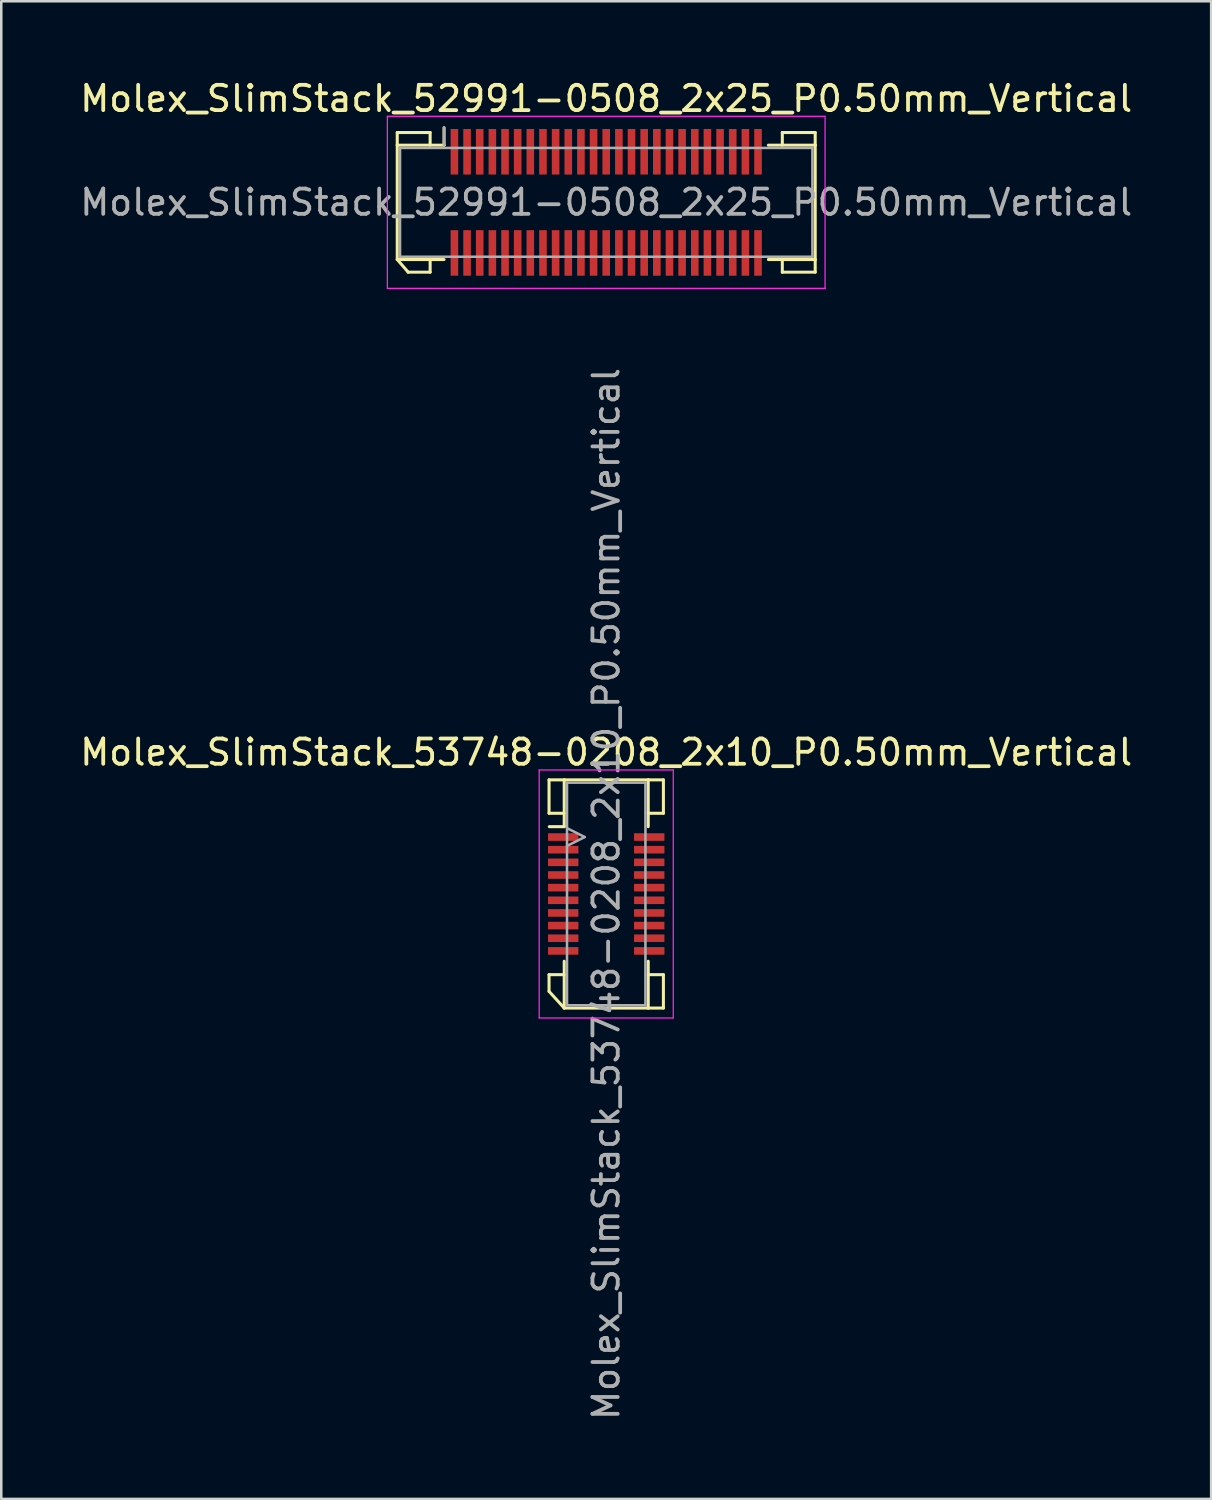
<source format=kicad_pcb>
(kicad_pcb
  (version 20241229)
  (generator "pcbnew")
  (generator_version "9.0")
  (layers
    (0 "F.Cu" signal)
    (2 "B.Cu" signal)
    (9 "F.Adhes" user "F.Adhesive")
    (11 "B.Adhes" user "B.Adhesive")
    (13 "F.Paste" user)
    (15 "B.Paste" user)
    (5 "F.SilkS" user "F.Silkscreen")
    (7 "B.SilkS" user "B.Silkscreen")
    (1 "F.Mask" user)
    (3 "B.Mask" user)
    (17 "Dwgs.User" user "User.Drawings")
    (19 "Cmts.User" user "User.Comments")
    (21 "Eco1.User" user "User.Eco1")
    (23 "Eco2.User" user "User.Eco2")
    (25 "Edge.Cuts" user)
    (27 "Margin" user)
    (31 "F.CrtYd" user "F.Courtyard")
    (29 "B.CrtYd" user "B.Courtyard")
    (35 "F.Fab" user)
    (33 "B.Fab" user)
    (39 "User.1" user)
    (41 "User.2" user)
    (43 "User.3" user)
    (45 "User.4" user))
  (footprint "Molex_SlimStack_53748-0208_2x10_P0.50mm_Vertical"
    (layer "F.Cu")
    (at 20.911 32.284)
    (property "Reference" "Molex_SlimStack_53748-0208_2x10_P0.50mm_Vertical" (at 0 -5.6 0) (layer "F.SilkS") (effects (font (size 1 1) (thickness 0.15))))
    (attr smd)
    (fp_line (start -2.26 -4.51) (end -2.26 -3.19) (stroke (width 0.12) (type solid)) (layer "F.SilkS"))
    (fp_line (start -2.26 -3.19) (end -1.66 -3.19) (stroke (width 0.12) (type solid)) (layer "F.SilkS"))
    (fp_line (start -2.26 3.19) (end -1.66 3.19) (stroke (width 0.12) (type solid)) (layer "F.SilkS"))
    (fp_line (start -2.26 3.85) (end -2.26 3.19) (stroke (width 0.12) (type solid)) (layer "F.SilkS"))
    (fp_line (start -1.66 -4.51) (end -2.26 -4.51) (stroke (width 0.12) (type solid)) (layer "F.SilkS"))
    (fp_line (start -1.66 -4.51) (end -1.66 -2.66) (stroke (width 0.12) (type solid)) (layer "F.SilkS"))
    (fp_line (start -1.66 -2.66) (end -2.25 -2.66) (stroke (width 0.12) (type solid)) (layer "F.SilkS"))
    (fp_line (start -1.66 4.51) (end -2.26 3.85) (stroke (width 0.12) (type solid)) (layer "F.SilkS"))
    (fp_line (start -1.66 4.51) (end -1.66 2.66) (stroke (width 0.12) (type solid)) (layer "F.SilkS"))
    (fp_line (start 1.66 -4.51) (end -1.66 -4.51) (stroke (width 0.12) (type solid)) (layer "F.SilkS"))
    (fp_line (start 1.66 -4.51) (end 2.26 -4.51) (stroke (width 0.12) (type solid)) (layer "F.SilkS"))
    (fp_line (start 1.66 -2.66) (end 1.66 -4.51) (stroke (width 0.12) (type solid)) (layer "F.SilkS"))
    (fp_line (start 1.66 2.66) (end 1.66 4.51) (stroke (width 0.12) (type solid)) (layer "F.SilkS"))
    (fp_line (start 1.66 4.51) (end -1.66 4.51) (stroke (width 0.12) (type solid)) (layer "F.SilkS"))
    (fp_line (start 1.66 4.51) (end 2.26 4.51) (stroke (width 0.12) (type solid)) (layer "F.SilkS"))
    (fp_line (start 2.26 -4.51) (end 2.26 -3.19) (stroke (width 0.12) (type solid)) (layer "F.SilkS"))
    (fp_line (start 2.26 -3.19) (end 1.66 -3.19) (stroke (width 0.12) (type solid)) (layer "F.SilkS"))
    (fp_line (start 2.26 3.19) (end 1.66 3.19) (stroke (width 0.12) (type solid)) (layer "F.SilkS"))
    (fp_line (start 2.26 4.51) (end 2.26 3.19) (stroke (width 0.12) (type solid)) (layer "F.SilkS"))
    (fp_line (start -2.65 -4.9) (end -2.65 4.9) (stroke (width 0.05) (type solid)) (layer "F.CrtYd"))
    (fp_line (start -2.65 4.9) (end 2.65 4.9) (stroke (width 0.05) (type solid)) (layer "F.CrtYd"))
    (fp_line (start 2.65 -4.9) (end -2.65 -4.9) (stroke (width 0.05) (type solid)) (layer "F.CrtYd"))
    (fp_line (start 2.65 4.9) (end 2.65 -4.9) (stroke (width 0.05) (type solid)) (layer "F.CrtYd"))
    (fp_line (start -1.55 -4.4) (end -1.55 4.4) (stroke (width 0.1) (type solid)) (layer "F.Fab"))
    (fp_line (start -1.55 4.4) (end 1.55 4.4) (stroke (width 0.1) (type solid)) (layer "F.Fab"))
    (fp_line (start -0.85 -2.25) (end -1.55 -2.6) (stroke (width 0.1) (type solid)) (layer "F.Fab"))
    (fp_line (start -0.85 -2.25) (end -1.55 -1.9) (stroke (width 0.1) (type solid)) (layer "F.Fab"))
    (fp_line (start 1.55 -4.4) (end -1.55 -4.4) (stroke (width 0.1) (type solid)) (layer "F.Fab"))
    (fp_line (start 1.55 4.4) (end 1.55 -4.4) (stroke (width 0.1) (type solid)) (layer "F.Fab"))
    (fp_text user "${REFERENCE}" (at 0 0 90) (layer "F.Fab") (effects (font (size 1 1) (thickness 0.15))))
    (pad "1" smd rect (at -1.7 -2.25) (size 1.2 0.3) (layers "F.Cu" "F.Mask" "F.Paste"))
    (pad "2" smd rect (at 1.7 -2.25) (size 1.2 0.3) (layers "F.Cu" "F.Mask" "F.Paste"))
    (pad "3" smd rect (at -1.7 -1.75) (size 1.2 0.3) (layers "F.Cu" "F.Mask" "F.Paste"))
    (pad "4" smd rect (at 1.7 -1.75) (size 1.2 0.3) (layers "F.Cu" "F.Mask" "F.Paste"))
    (pad "5" smd rect (at -1.7 -1.25) (size 1.2 0.3) (layers "F.Cu" "F.Mask" "F.Paste"))
    (pad "6" smd rect (at 1.7 -1.25) (size 1.2 0.3) (layers "F.Cu" "F.Mask" "F.Paste"))
    (pad "7" smd rect (at -1.7 -0.75) (size 1.2 0.3) (layers "F.Cu" "F.Mask" "F.Paste"))
    (pad "8" smd rect (at 1.7 -0.75) (size 1.2 0.3) (layers "F.Cu" "F.Mask" "F.Paste"))
    (pad "9" smd rect (at -1.7 -0.25) (size 1.2 0.3) (layers "F.Cu" "F.Mask" "F.Paste"))
    (pad "10" smd rect (at 1.7 -0.25) (size 1.2 0.3) (layers "F.Cu" "F.Mask" "F.Paste"))
    (pad "11" smd rect (at -1.7 0.25) (size 1.2 0.3) (layers "F.Cu" "F.Mask" "F.Paste"))
    (pad "12" smd rect (at 1.7 0.25) (size 1.2 0.3) (layers "F.Cu" "F.Mask" "F.Paste"))
    (pad "13" smd rect (at -1.7 0.75) (size 1.2 0.3) (layers "F.Cu" "F.Mask" "F.Paste"))
    (pad "14" smd rect (at 1.7 0.75) (size 1.2 0.3) (layers "F.Cu" "F.Mask" "F.Paste"))
    (pad "15" smd rect (at -1.7 1.25) (size 1.2 0.3) (layers "F.Cu" "F.Mask" "F.Paste"))
    (pad "16" smd rect (at 1.7 1.25) (size 1.2 0.3) (layers "F.Cu" "F.Mask" "F.Paste"))
    (pad "17" smd rect (at -1.7 1.75) (size 1.2 0.3) (layers "F.Cu" "F.Mask" "F.Paste"))
    (pad "18" smd rect (at 1.7 1.75) (size 1.2 0.3) (layers "F.Cu" "F.Mask" "F.Paste"))
    (pad "19" smd rect (at -1.7 2.25) (size 1.2 0.3) (layers "F.Cu" "F.Mask" "F.Paste"))
    (pad "20" smd rect (at 1.7 2.25) (size 1.2 0.3) (layers "F.Cu" "F.Mask" "F.Paste")))
  (footprint "Molex_SlimStack_52991-0508_2x25_P0.50mm_Vertical"
    (layer "F.Cu")
    (at 20.911 4.948)
    (property "Reference" "Molex_SlimStack_52991-0508_2x25_P0.50mm_Vertical" (at 0 -4.1 0) (layer "F.SilkS") (effects (font (size 1 1) (thickness 0.15))))
    (attr smd)
    (fp_line (start -8.26 -2.76) (end -6.96 -2.76) (stroke (width 0.12) (type solid)) (layer "F.SilkS"))
    (fp_line (start -8.26 -2.26) (end -8.26 -2.76) (stroke (width 0.12) (type solid)) (layer "F.SilkS"))
    (fp_line (start -8.26 -2.26) (end -6.41 -2.26) (stroke (width 0.12) (type solid)) (layer "F.SilkS"))
    (fp_line (start -8.26 2.26) (end -8.26 -2.26) (stroke (width 0.12) (type solid)) (layer "F.SilkS"))
    (fp_line (start -8.26 2.26) (end -7.827 2.76) (stroke (width 0.12) (type solid)) (layer "F.SilkS"))
    (fp_line (start -7.827 2.76) (end -6.96 2.76) (stroke (width 0.12) (type solid)) (layer "F.SilkS"))
    (fp_line (start -6.96 -2.76) (end -6.96 -2.26) (stroke (width 0.12) (type solid)) (layer "F.SilkS"))
    (fp_line (start -6.96 2.76) (end -6.96 2.26) (stroke (width 0.12) (type solid)) (layer "F.SilkS"))
    (fp_line (start -6.41 -2.26) (end -6.41 -2.95) (stroke (width 0.12) (type solid)) (layer "F.SilkS"))
    (fp_line (start -6.41 2.26) (end -8.26 2.26) (stroke (width 0.12) (type solid)) (layer "F.SilkS"))
    (fp_line (start 6.41 2.26) (end 8.26 2.26) (stroke (width 0.12) (type solid)) (layer "F.SilkS"))
    (fp_line (start 6.96 -2.76) (end 6.96 -2.26) (stroke (width 0.12) (type solid)) (layer "F.SilkS"))
    (fp_line (start 6.96 2.76) (end 6.96 2.26) (stroke (width 0.12) (type solid)) (layer "F.SilkS"))
    (fp_line (start 8.26 -2.76) (end 6.96 -2.76) (stroke (width 0.12) (type solid)) (layer "F.SilkS"))
    (fp_line (start 8.26 -2.26) (end 6.41 -2.26) (stroke (width 0.12) (type solid)) (layer "F.SilkS"))
    (fp_line (start 8.26 -2.26) (end 8.26 -2.76) (stroke (width 0.12) (type solid)) (layer "F.SilkS"))
    (fp_line (start 8.26 2.26) (end 8.26 -2.26) (stroke (width 0.12) (type solid)) (layer "F.SilkS"))
    (fp_line (start 8.26 2.26) (end 8.26 2.76) (stroke (width 0.12) (type solid)) (layer "F.SilkS"))
    (fp_line (start 8.26 2.76) (end 6.96 2.76) (stroke (width 0.12) (type solid)) (layer "F.SilkS"))
    (fp_line (start -8.65 -3.4) (end -8.65 3.4) (stroke (width 0.05) (type solid)) (layer "F.CrtYd"))
    (fp_line (start -8.65 3.4) (end 8.65 3.4) (stroke (width 0.05) (type solid)) (layer "F.CrtYd"))
    (fp_line (start 8.65 -3.4) (end -8.65 -3.4) (stroke (width 0.05) (type solid)) (layer "F.CrtYd"))
    (fp_line (start 8.65 3.4) (end 8.65 -3.4) (stroke (width 0.05) (type solid)) (layer "F.CrtYd"))
    (fp_line (start -8.15 -2.15) (end -8.15 2.15) (stroke (width 0.1) (type solid)) (layer "F.Fab"))
    (fp_line (start -8.15 2.15) (end 8.15 2.15) (stroke (width 0.1) (type solid)) (layer "F.Fab"))
    (fp_line (start -6.41 -2.26) (end -6.41 -2.95) (stroke (width 0.1) (type solid)) (layer "F.Fab"))
    (fp_line (start 8.15 -2.15) (end -8.15 -2.15) (stroke (width 0.1) (type solid)) (layer "F.Fab"))
    (fp_line (start 8.15 2.15) (end 8.15 -2.15) (stroke (width 0.1) (type solid)) (layer "F.Fab"))
    (fp_text user "${REFERENCE}" (at 0 0 0) (layer "F.Fab") (effects (font (size 1 1) (thickness 0.15))))
    (pad "1" smd rect (at -6 -2) (size 0.3 1.8) (layers "F.Cu" "F.Mask" "F.Paste"))
    (pad "2" smd rect (at -6 2) (size 0.3 1.8) (layers "F.Cu" "F.Mask" "F.Paste"))
    (pad "3" smd rect (at -5.5 -2) (size 0.3 1.8) (layers "F.Cu" "F.Mask" "F.Paste"))
    (pad "4" smd rect (at -5.5 2) (size 0.3 1.8) (layers "F.Cu" "F.Mask" "F.Paste"))
    (pad "5" smd rect (at -5 -2) (size 0.3 1.8) (layers "F.Cu" "F.Mask" "F.Paste"))
    (pad "6" smd rect (at -5 2) (size 0.3 1.8) (layers "F.Cu" "F.Mask" "F.Paste"))
    (pad "7" smd rect (at -4.5 -2) (size 0.3 1.8) (layers "F.Cu" "F.Mask" "F.Paste"))
    (pad "8" smd rect (at -4.5 2) (size 0.3 1.8) (layers "F.Cu" "F.Mask" "F.Paste"))
    (pad "9" smd rect (at -4 -2) (size 0.3 1.8) (layers "F.Cu" "F.Mask" "F.Paste"))
    (pad "10" smd rect (at -4 2) (size 0.3 1.8) (layers "F.Cu" "F.Mask" "F.Paste"))
    (pad "11" smd rect (at -3.5 -2) (size 0.3 1.8) (layers "F.Cu" "F.Mask" "F.Paste"))
    (pad "12" smd rect (at -3.5 2) (size 0.3 1.8) (layers "F.Cu" "F.Mask" "F.Paste"))
    (pad "13" smd rect (at -3 -2) (size 0.3 1.8) (layers "F.Cu" "F.Mask" "F.Paste"))
    (pad "14" smd rect (at -3 2) (size 0.3 1.8) (layers "F.Cu" "F.Mask" "F.Paste"))
    (pad "15" smd rect (at -2.5 -2) (size 0.3 1.8) (layers "F.Cu" "F.Mask" "F.Paste"))
    (pad "16" smd rect (at -2.5 2) (size 0.3 1.8) (layers "F.Cu" "F.Mask" "F.Paste"))
    (pad "17" smd rect (at -2 -2) (size 0.3 1.8) (layers "F.Cu" "F.Mask" "F.Paste"))
    (pad "18" smd rect (at -2 2) (size 0.3 1.8) (layers "F.Cu" "F.Mask" "F.Paste"))
    (pad "19" smd rect (at -1.5 -2) (size 0.3 1.8) (layers "F.Cu" "F.Mask" "F.Paste"))
    (pad "20" smd rect (at -1.5 2) (size 0.3 1.8) (layers "F.Cu" "F.Mask" "F.Paste"))
    (pad "21" smd rect (at -1 -2) (size 0.3 1.8) (layers "F.Cu" "F.Mask" "F.Paste"))
    (pad "22" smd rect (at -1 2) (size 0.3 1.8) (layers "F.Cu" "F.Mask" "F.Paste"))
    (pad "23" smd rect (at -0.5 -2) (size 0.3 1.8) (layers "F.Cu" "F.Mask" "F.Paste"))
    (pad "24" smd rect (at -0.5 2) (size 0.3 1.8) (layers "F.Cu" "F.Mask" "F.Paste"))
    (pad "25" smd rect (at 0 -2) (size 0.3 1.8) (layers "F.Cu" "F.Mask" "F.Paste"))
    (pad "26" smd rect (at 0 2) (size 0.3 1.8) (layers "F.Cu" "F.Mask" "F.Paste"))
    (pad "27" smd rect (at 0.5 -2) (size 0.3 1.8) (layers "F.Cu" "F.Mask" "F.Paste"))
    (pad "28" smd rect (at 0.5 2) (size 0.3 1.8) (layers "F.Cu" "F.Mask" "F.Paste"))
    (pad "29" smd rect (at 1 -2) (size 0.3 1.8) (layers "F.Cu" "F.Mask" "F.Paste"))
    (pad "30" smd rect (at 1 2) (size 0.3 1.8) (layers "F.Cu" "F.Mask" "F.Paste"))
    (pad "31" smd rect (at 1.5 -2) (size 0.3 1.8) (layers "F.Cu" "F.Mask" "F.Paste"))
    (pad "32" smd rect (at 1.5 2) (size 0.3 1.8) (layers "F.Cu" "F.Mask" "F.Paste"))
    (pad "33" smd rect (at 2 -2) (size 0.3 1.8) (layers "F.Cu" "F.Mask" "F.Paste"))
    (pad "34" smd rect (at 2 2) (size 0.3 1.8) (layers "F.Cu" "F.Mask" "F.Paste"))
    (pad "35" smd rect (at 2.5 -2) (size 0.3 1.8) (layers "F.Cu" "F.Mask" "F.Paste"))
    (pad "36" smd rect (at 2.5 2) (size 0.3 1.8) (layers "F.Cu" "F.Mask" "F.Paste"))
    (pad "37" smd rect (at 3 -2) (size 0.3 1.8) (layers "F.Cu" "F.Mask" "F.Paste"))
    (pad "38" smd rect (at 3 2) (size 0.3 1.8) (layers "F.Cu" "F.Mask" "F.Paste"))
    (pad "39" smd rect (at 3.5 -2) (size 0.3 1.8) (layers "F.Cu" "F.Mask" "F.Paste"))
    (pad "40" smd rect (at 3.5 2) (size 0.3 1.8) (layers "F.Cu" "F.Mask" "F.Paste"))
    (pad "41" smd rect (at 4 -2) (size 0.3 1.8) (layers "F.Cu" "F.Mask" "F.Paste"))
    (pad "42" smd rect (at 4 2) (size 0.3 1.8) (layers "F.Cu" "F.Mask" "F.Paste"))
    (pad "43" smd rect (at 4.5 -2) (size 0.3 1.8) (layers "F.Cu" "F.Mask" "F.Paste"))
    (pad "44" smd rect (at 4.5 2) (size 0.3 1.8) (layers "F.Cu" "F.Mask" "F.Paste"))
    (pad "45" smd rect (at 5 -2) (size 0.3 1.8) (layers "F.Cu" "F.Mask" "F.Paste"))
    (pad "46" smd rect (at 5 2) (size 0.3 1.8) (layers "F.Cu" "F.Mask" "F.Paste"))
    (pad "47" smd rect (at 5.5 -2) (size 0.3 1.8) (layers "F.Cu" "F.Mask" "F.Paste"))
    (pad "48" smd rect (at 5.5 2) (size 0.3 1.8) (layers "F.Cu" "F.Mask" "F.Paste"))
    (pad "49" smd rect (at 6 -2) (size 0.3 1.8) (layers "F.Cu" "F.Mask" "F.Paste"))
    (pad "50" smd rect (at 6 2) (size 0.3 1.8) (layers "F.Cu" "F.Mask" "F.Paste")))
  (gr_rect
    (start -3 -3)
    (end 44.821 56.195)
    (stroke (width 0.1) (type default))
    (fill no)
    (layer "Edge.Cuts")))
</source>
